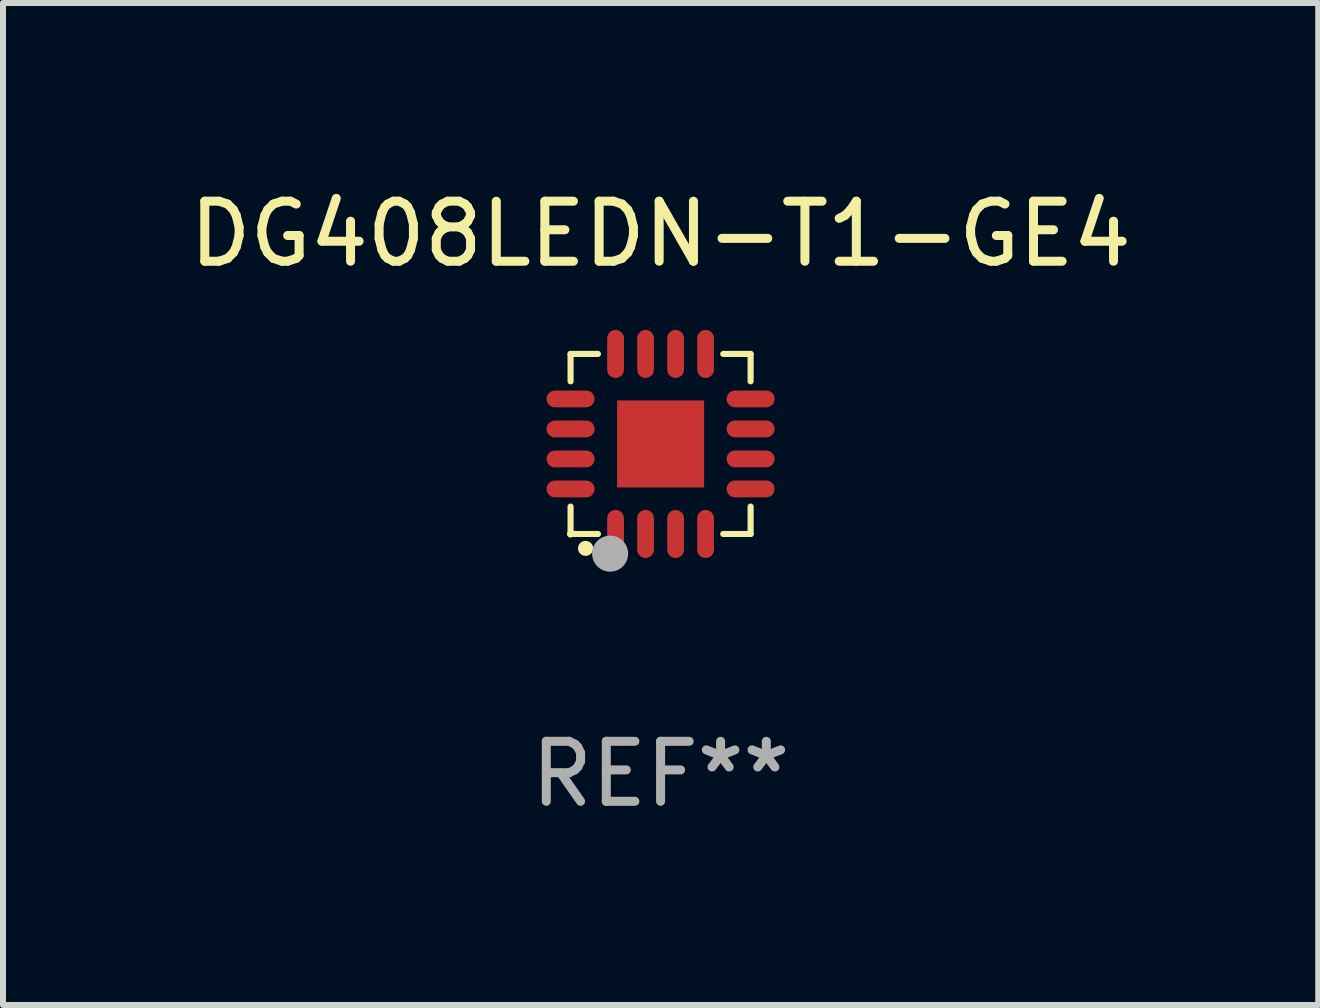
<source format=kicad_pcb>
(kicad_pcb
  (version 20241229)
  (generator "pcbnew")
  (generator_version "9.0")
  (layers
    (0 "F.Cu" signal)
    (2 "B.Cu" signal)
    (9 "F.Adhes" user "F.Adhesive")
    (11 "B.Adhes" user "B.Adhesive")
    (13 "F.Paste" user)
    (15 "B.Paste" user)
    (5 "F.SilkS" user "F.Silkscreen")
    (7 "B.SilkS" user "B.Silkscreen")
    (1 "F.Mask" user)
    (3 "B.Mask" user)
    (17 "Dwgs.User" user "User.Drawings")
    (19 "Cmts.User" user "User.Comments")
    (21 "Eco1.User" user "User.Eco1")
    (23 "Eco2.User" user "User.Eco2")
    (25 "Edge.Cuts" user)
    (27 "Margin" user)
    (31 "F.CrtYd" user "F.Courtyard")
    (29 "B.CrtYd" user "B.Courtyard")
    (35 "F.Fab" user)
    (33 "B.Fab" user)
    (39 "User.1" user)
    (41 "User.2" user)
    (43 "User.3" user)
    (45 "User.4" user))
  (footprint "DG408LEDN-T1-GE4"
    (layer "F.Cu")
    (at 7.958 4.348)
    (property "Reference" "DG408LEDN-T1-GE4" (at 0 -3.5 0) (layer "F.SilkS") (effects (font (size 1 1) (thickness 0.15))))
    (attr through_hole)
    (fp_line (start -1.5 -1.5) (end -1.5 -1.044) (stroke (width 0.102) (type solid)) (layer "F.SilkS"))
    (fp_line (start -1.5 -1.5) (end -1.044 -1.5) (stroke (width 0.102) (type solid)) (layer "F.SilkS"))
    (fp_line (start -1.5 1.044) (end -1.5 1.5) (stroke (width 0.102) (type solid)) (layer "F.SilkS"))
    (fp_line (start -1.5 1.5) (end -1.044 1.5) (stroke (width 0.102) (type solid)) (layer "F.SilkS"))
    (fp_line (start 1.044 -1.5) (end 1.5 -1.5) (stroke (width 0.102) (type solid)) (layer "F.SilkS"))
    (fp_line (start 1.044 1.5) (end 1.5 1.5) (stroke (width 0.102) (type solid)) (layer "F.SilkS"))
    (fp_line (start 1.5 -1.044) (end 1.5 -1.5) (stroke (width 0.102) (type solid)) (layer "F.SilkS"))
    (fp_line (start 1.5 1.5) (end 1.5 1.044) (stroke (width 0.102) (type solid)) (layer "F.SilkS"))
    (fp_arc (start -1.251283 1.73998) (mid -1.250013 1.739909) (end -1.248743 1.73998) (stroke (width 0.25) (type solid)) (layer "F.SilkS"))
    (fp_circle (center -1.5 1.5) (end -1.47 1.5) (stroke (width 0.06) (type solid)) (fill no) (layer "F.SilkS"))
    (fp_circle (center -0.841 1.828) (end -0.69 1.828) (stroke (width 0.3) (type solid)) (fill no) (layer "F.Fab"))
    (fp_text user "REF**" (at 0 5.5 0) (layer "F.Fab") (effects (font (size 1 1) (thickness 0.15))))
    (pad "1" smd oval (at -0.75 1.5 90) (size 0.8 0.28) (layers "F.Cu" "F.Mask" "F.Paste"))
    (pad "2" smd oval (at -0.25 1.5 90) (size 0.8 0.28) (layers "F.Cu" "F.Mask" "F.Paste"))
    (pad "3" smd oval (at 0.25 1.5 90) (size 0.8 0.28) (layers "F.Cu" "F.Mask" "F.Paste"))
    (pad "4" smd oval (at 0.75 1.5 90) (size 0.8 0.28) (layers "F.Cu" "F.Mask" "F.Paste"))
    (pad "5" smd oval (at 1.5 0.75 90) (size 0.28 0.8) (layers "F.Cu" "F.Mask" "F.Paste"))
    (pad "6" smd oval (at 1.5 0.25 90) (size 0.28 0.8) (layers "F.Cu" "F.Mask" "F.Paste"))
    (pad "7" smd oval (at 1.5 -0.25 90) (size 0.28 0.8) (layers "F.Cu" "F.Mask" "F.Paste"))
    (pad "8" smd oval (at 1.5 -0.75 90) (size 0.28 0.8) (layers "F.Cu" "F.Mask" "F.Paste"))
    (pad "9" smd oval (at 0.75 -1.5 90) (size 0.8 0.28) (layers "F.Cu" "F.Mask" "F.Paste"))
    (pad "10" smd oval (at 0.25 -1.5 90) (size 0.8 0.28) (layers "F.Cu" "F.Mask" "F.Paste"))
    (pad "11" smd oval (at -0.25 -1.5 90) (size 0.8 0.28) (layers "F.Cu" "F.Mask" "F.Paste"))
    (pad "12" smd oval (at -0.75 -1.5 90) (size 0.8 0.28) (layers "F.Cu" "F.Mask" "F.Paste"))
    (pad "13" smd oval (at -1.5 -0.75 90) (size 0.28 0.8) (layers "F.Cu" "F.Mask" "F.Paste"))
    (pad "14" smd oval (at -1.5 -0.25 90) (size 0.28 0.8) (layers "F.Cu" "F.Mask" "F.Paste"))
    (pad "15" smd oval (at -1.5 0.25 90) (size 0.28 0.8) (layers "F.Cu" "F.Mask" "F.Paste"))
    (pad "16" smd oval (at -1.5 0.75 90) (size 0.28 0.8) (layers "F.Cu" "F.Mask" "F.Paste"))
    (pad "17" smd rect (at 0.000152 -0.000051 90) (size 1.45 1.45) (layers "F.Cu" "F.Mask" "F.Paste")))
  (gr_rect
    (start -3 -3)
    (end 18.917 13.697)
    (stroke (width 0.1) (type default))
    (fill no)
    (layer "Edge.Cuts")))
</source>
